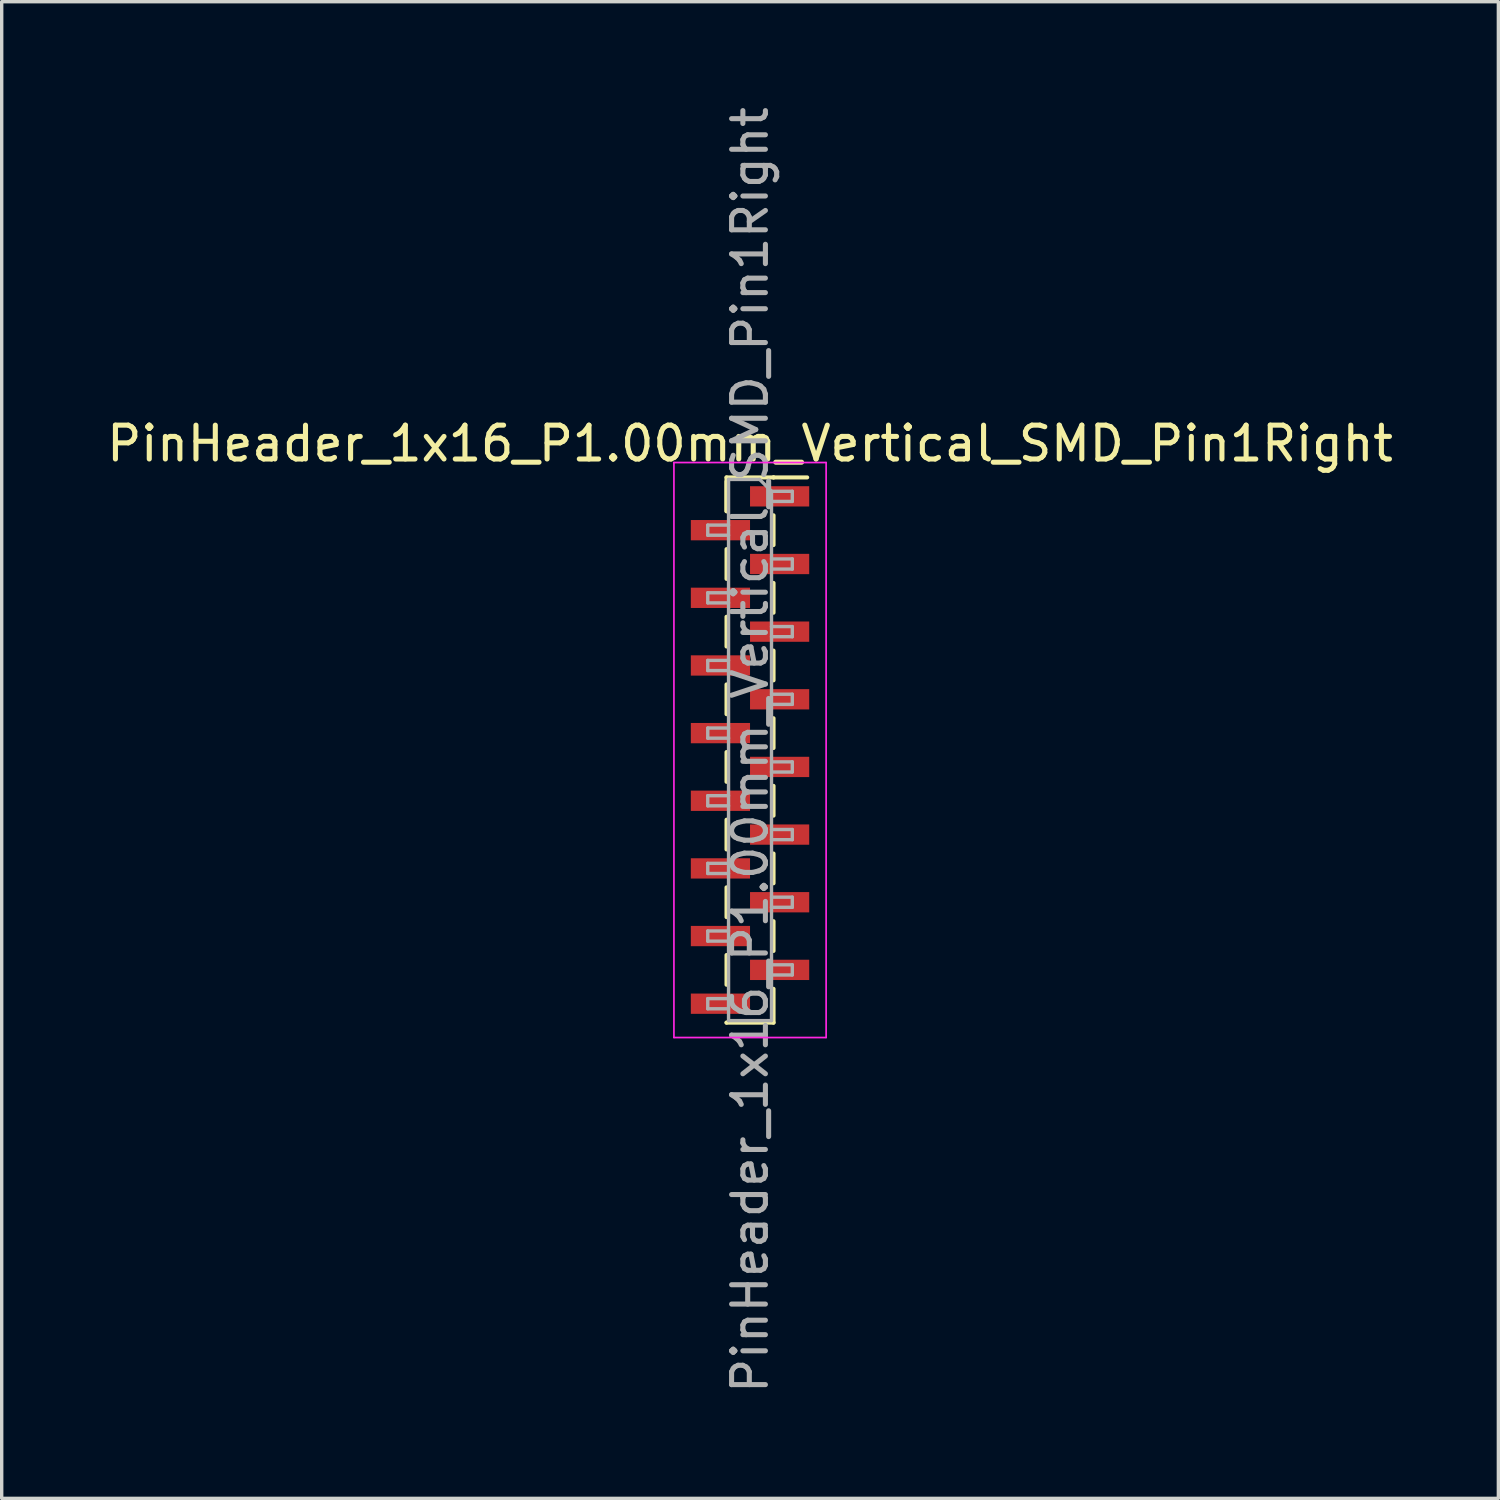
<source format=kicad_pcb>
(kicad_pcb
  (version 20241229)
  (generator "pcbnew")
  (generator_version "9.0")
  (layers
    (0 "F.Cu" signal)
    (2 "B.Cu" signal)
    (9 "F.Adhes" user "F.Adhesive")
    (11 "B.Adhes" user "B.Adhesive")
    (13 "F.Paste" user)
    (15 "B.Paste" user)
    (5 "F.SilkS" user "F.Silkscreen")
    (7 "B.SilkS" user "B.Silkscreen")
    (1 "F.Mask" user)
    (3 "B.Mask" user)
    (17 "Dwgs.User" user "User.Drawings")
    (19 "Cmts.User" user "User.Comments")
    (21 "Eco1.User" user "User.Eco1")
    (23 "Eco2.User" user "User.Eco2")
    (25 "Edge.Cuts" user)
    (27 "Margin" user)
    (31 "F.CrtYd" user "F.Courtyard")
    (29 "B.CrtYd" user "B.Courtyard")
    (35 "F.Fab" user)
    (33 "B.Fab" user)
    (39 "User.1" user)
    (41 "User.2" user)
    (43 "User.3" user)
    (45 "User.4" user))
  (footprint "PinHeader_1x16_P1.00mm_Vertical_SMD_Pin1Right"
    (layer "F.Cu")
    (at 19.125 19.125)
    (property "Reference" "PinHeader_1x16_P1.00mm_Vertical_SMD_Pin1Right" (at 0 -9.06 0) (layer "F.SilkS") (effects (font (size 1 1) (thickness 0.15))))
    (attr smd)
    (fp_line (start -0.695 -8.06) (end -0.695 -7.06) (stroke (width 0.12) (type solid)) (layer "F.SilkS"))
    (fp_line (start -0.695 -8.06) (end 0.695 -8.06) (stroke (width 0.12) (type solid)) (layer "F.SilkS"))
    (fp_line (start -0.695 -7.94) (end -0.695 -7.06) (stroke (width 0.12) (type solid)) (layer "F.SilkS"))
    (fp_line (start -0.695 -5.94) (end -0.695 -5.06) (stroke (width 0.12) (type solid)) (layer "F.SilkS"))
    (fp_line (start -0.695 -3.94) (end -0.695 -3.06) (stroke (width 0.12) (type solid)) (layer "F.SilkS"))
    (fp_line (start -0.695 -1.94) (end -0.695 -1.06) (stroke (width 0.12) (type solid)) (layer "F.SilkS"))
    (fp_line (start -0.695 0.06) (end -0.695 0.94) (stroke (width 0.12) (type solid)) (layer "F.SilkS"))
    (fp_line (start -0.695 2.06) (end -0.695 2.94) (stroke (width 0.12) (type solid)) (layer "F.SilkS"))
    (fp_line (start -0.695 4.06) (end -0.695 4.94) (stroke (width 0.12) (type solid)) (layer "F.SilkS"))
    (fp_line (start -0.695 6.06) (end -0.695 6.94) (stroke (width 0.12) (type solid)) (layer "F.SilkS"))
    (fp_line (start -0.695 8.06) (end -0.695 8.06) (stroke (width 0.12) (type solid)) (layer "F.SilkS"))
    (fp_line (start -0.695 8.06) (end 0.695 8.06) (stroke (width 0.12) (type solid)) (layer "F.SilkS"))
    (fp_line (start 0.695 -8.06) (end 0.695 -8.06) (stroke (width 0.12) (type solid)) (layer "F.SilkS"))
    (fp_line (start 0.695 -8.06) (end 1.69 -8.06) (stroke (width 0.12) (type solid)) (layer "F.SilkS"))
    (fp_line (start 0.695 -6.94) (end 0.695 -6.06) (stroke (width 0.12) (type solid)) (layer "F.SilkS"))
    (fp_line (start 0.695 -4.94) (end 0.695 -4.06) (stroke (width 0.12) (type solid)) (layer "F.SilkS"))
    (fp_line (start 0.695 -2.94) (end 0.695 -2.06) (stroke (width 0.12) (type solid)) (layer "F.SilkS"))
    (fp_line (start 0.695 -0.94) (end 0.695 -0.06) (stroke (width 0.12) (type solid)) (layer "F.SilkS"))
    (fp_line (start 0.695 1.06) (end 0.695 1.94) (stroke (width 0.12) (type solid)) (layer "F.SilkS"))
    (fp_line (start 0.695 3.06) (end 0.695 3.94) (stroke (width 0.12) (type solid)) (layer "F.SilkS"))
    (fp_line (start 0.695 5.06) (end 0.695 5.94) (stroke (width 0.12) (type solid)) (layer "F.SilkS"))
    (fp_line (start 0.695 7.06) (end 0.695 8.06) (stroke (width 0.12) (type solid)) (layer "F.SilkS"))
    (fp_line (start -2.25 -8.5) (end -2.25 8.5) (stroke (width 0.05) (type solid)) (layer "F.CrtYd"))
    (fp_line (start -2.25 8.5) (end 2.25 8.5) (stroke (width 0.05) (type solid)) (layer "F.CrtYd"))
    (fp_line (start 2.25 -8.5) (end -2.25 -8.5) (stroke (width 0.05) (type solid)) (layer "F.CrtYd"))
    (fp_line (start 2.25 8.5) (end 2.25 -8.5) (stroke (width 0.05) (type solid)) (layer "F.CrtYd"))
    (fp_line (start -1.25 -6.65) (end -1.25 -6.35) (stroke (width 0.1) (type solid)) (layer "F.Fab"))
    (fp_line (start -1.25 -6.35) (end -0.635 -6.35) (stroke (width 0.1) (type solid)) (layer "F.Fab"))
    (fp_line (start -1.25 -4.65) (end -1.25 -4.35) (stroke (width 0.1) (type solid)) (layer "F.Fab"))
    (fp_line (start -1.25 -4.35) (end -0.635 -4.35) (stroke (width 0.1) (type solid)) (layer "F.Fab"))
    (fp_line (start -1.25 -2.65) (end -1.25 -2.35) (stroke (width 0.1) (type solid)) (layer "F.Fab"))
    (fp_line (start -1.25 -2.35) (end -0.635 -2.35) (stroke (width 0.1) (type solid)) (layer "F.Fab"))
    (fp_line (start -1.25 -0.65) (end -1.25 -0.35) (stroke (width 0.1) (type solid)) (layer "F.Fab"))
    (fp_line (start -1.25 -0.35) (end -0.635 -0.35) (stroke (width 0.1) (type solid)) (layer "F.Fab"))
    (fp_line (start -1.25 1.35) (end -1.25 1.65) (stroke (width 0.1) (type solid)) (layer "F.Fab"))
    (fp_line (start -1.25 1.65) (end -0.635 1.65) (stroke (width 0.1) (type solid)) (layer "F.Fab"))
    (fp_line (start -1.25 3.35) (end -1.25 3.65) (stroke (width 0.1) (type solid)) (layer "F.Fab"))
    (fp_line (start -1.25 3.65) (end -0.635 3.65) (stroke (width 0.1) (type solid)) (layer "F.Fab"))
    (fp_line (start -1.25 5.35) (end -1.25 5.65) (stroke (width 0.1) (type solid)) (layer "F.Fab"))
    (fp_line (start -1.25 5.65) (end -0.635 5.65) (stroke (width 0.1) (type solid)) (layer "F.Fab"))
    (fp_line (start -1.25 7.35) (end -1.25 7.65) (stroke (width 0.1) (type solid)) (layer "F.Fab"))
    (fp_line (start -1.25 7.65) (end -0.635 7.65) (stroke (width 0.1) (type solid)) (layer "F.Fab"))
    (fp_line (start -0.635 -8) (end -0.635 8) (stroke (width 0.1) (type solid)) (layer "F.Fab"))
    (fp_line (start -0.635 -8) (end 0.285 -8) (stroke (width 0.1) (type solid)) (layer "F.Fab"))
    (fp_line (start -0.635 -6.65) (end -1.25 -6.65) (stroke (width 0.1) (type solid)) (layer "F.Fab"))
    (fp_line (start -0.635 -4.65) (end -1.25 -4.65) (stroke (width 0.1) (type solid)) (layer "F.Fab"))
    (fp_line (start -0.635 -2.65) (end -1.25 -2.65) (stroke (width 0.1) (type solid)) (layer "F.Fab"))
    (fp_line (start -0.635 -0.65) (end -1.25 -0.65) (stroke (width 0.1) (type solid)) (layer "F.Fab"))
    (fp_line (start -0.635 1.35) (end -1.25 1.35) (stroke (width 0.1) (type solid)) (layer "F.Fab"))
    (fp_line (start -0.635 3.35) (end -1.25 3.35) (stroke (width 0.1) (type solid)) (layer "F.Fab"))
    (fp_line (start -0.635 5.35) (end -1.25 5.35) (stroke (width 0.1) (type solid)) (layer "F.Fab"))
    (fp_line (start -0.635 7.35) (end -1.25 7.35) (stroke (width 0.1) (type solid)) (layer "F.Fab"))
    (fp_line (start 0.635 -7.65) (end 0.285 -8) (stroke (width 0.1) (type solid)) (layer "F.Fab"))
    (fp_line (start 0.635 -7.65) (end 1.25 -7.65) (stroke (width 0.1) (type solid)) (layer "F.Fab"))
    (fp_line (start 0.635 -5.65) (end 1.25 -5.65) (stroke (width 0.1) (type solid)) (layer "F.Fab"))
    (fp_line (start 0.635 -3.65) (end 1.25 -3.65) (stroke (width 0.1) (type solid)) (layer "F.Fab"))
    (fp_line (start 0.635 -1.65) (end 1.25 -1.65) (stroke (width 0.1) (type solid)) (layer "F.Fab"))
    (fp_line (start 0.635 0.35) (end 1.25 0.35) (stroke (width 0.1) (type solid)) (layer "F.Fab"))
    (fp_line (start 0.635 2.35) (end 1.25 2.35) (stroke (width 0.1) (type solid)) (layer "F.Fab"))
    (fp_line (start 0.635 4.35) (end 1.25 4.35) (stroke (width 0.1) (type solid)) (layer "F.Fab"))
    (fp_line (start 0.635 6.35) (end 1.25 6.35) (stroke (width 0.1) (type solid)) (layer "F.Fab"))
    (fp_line (start 0.635 8) (end -0.635 8) (stroke (width 0.1) (type solid)) (layer "F.Fab"))
    (fp_line (start 0.635 8) (end 0.635 -7.65) (stroke (width 0.1) (type solid)) (layer "F.Fab"))
    (fp_line (start 1.25 -7.65) (end 1.25 -7.35) (stroke (width 0.1) (type solid)) (layer "F.Fab"))
    (fp_line (start 1.25 -7.35) (end 0.635 -7.35) (stroke (width 0.1) (type solid)) (layer "F.Fab"))
    (fp_line (start 1.25 -5.65) (end 1.25 -5.35) (stroke (width 0.1) (type solid)) (layer "F.Fab"))
    (fp_line (start 1.25 -5.35) (end 0.635 -5.35) (stroke (width 0.1) (type solid)) (layer "F.Fab"))
    (fp_line (start 1.25 -3.65) (end 1.25 -3.35) (stroke (width 0.1) (type solid)) (layer "F.Fab"))
    (fp_line (start 1.25 -3.35) (end 0.635 -3.35) (stroke (width 0.1) (type solid)) (layer "F.Fab"))
    (fp_line (start 1.25 -1.65) (end 1.25 -1.35) (stroke (width 0.1) (type solid)) (layer "F.Fab"))
    (fp_line (start 1.25 -1.35) (end 0.635 -1.35) (stroke (width 0.1) (type solid)) (layer "F.Fab"))
    (fp_line (start 1.25 0.35) (end 1.25 0.65) (stroke (width 0.1) (type solid)) (layer "F.Fab"))
    (fp_line (start 1.25 0.65) (end 0.635 0.65) (stroke (width 0.1) (type solid)) (layer "F.Fab"))
    (fp_line (start 1.25 2.35) (end 1.25 2.65) (stroke (width 0.1) (type solid)) (layer "F.Fab"))
    (fp_line (start 1.25 2.65) (end 0.635 2.65) (stroke (width 0.1) (type solid)) (layer "F.Fab"))
    (fp_line (start 1.25 4.35) (end 1.25 4.65) (stroke (width 0.1) (type solid)) (layer "F.Fab"))
    (fp_line (start 1.25 4.65) (end 0.635 4.65) (stroke (width 0.1) (type solid)) (layer "F.Fab"))
    (fp_line (start 1.25 6.35) (end 1.25 6.65) (stroke (width 0.1) (type solid)) (layer "F.Fab"))
    (fp_line (start 1.25 6.65) (end 0.635 6.65) (stroke (width 0.1) (type solid)) (layer "F.Fab"))
    (fp_text user "${REFERENCE}" (at 0 0 90) (layer "F.Fab") (effects (font (size 1 1) (thickness 0.15))))
    (pad "1" smd rect (at 0.875 -7.5) (size 1.75 0.6) (layers "F.Cu" "F.Mask" "F.Paste"))
    (pad "2" smd rect (at -0.875 -6.5) (size 1.75 0.6) (layers "F.Cu" "F.Mask" "F.Paste"))
    (pad "3" smd rect (at 0.875 -5.5) (size 1.75 0.6) (layers "F.Cu" "F.Mask" "F.Paste"))
    (pad "4" smd rect (at -0.875 -4.5) (size 1.75 0.6) (layers "F.Cu" "F.Mask" "F.Paste"))
    (pad "5" smd rect (at 0.875 -3.5) (size 1.75 0.6) (layers "F.Cu" "F.Mask" "F.Paste"))
    (pad "6" smd rect (at -0.875 -2.5) (size 1.75 0.6) (layers "F.Cu" "F.Mask" "F.Paste"))
    (pad "7" smd rect (at 0.875 -1.5) (size 1.75 0.6) (layers "F.Cu" "F.Mask" "F.Paste"))
    (pad "8" smd rect (at -0.875 -0.5) (size 1.75 0.6) (layers "F.Cu" "F.Mask" "F.Paste"))
    (pad "9" smd rect (at 0.875 0.5) (size 1.75 0.6) (layers "F.Cu" "F.Mask" "F.Paste"))
    (pad "10" smd rect (at -0.875 1.5) (size 1.75 0.6) (layers "F.Cu" "F.Mask" "F.Paste"))
    (pad "11" smd rect (at 0.875 2.5) (size 1.75 0.6) (layers "F.Cu" "F.Mask" "F.Paste"))
    (pad "12" smd rect (at -0.875 3.5) (size 1.75 0.6) (layers "F.Cu" "F.Mask" "F.Paste"))
    (pad "13" smd rect (at 0.875 4.5) (size 1.75 0.6) (layers "F.Cu" "F.Mask" "F.Paste"))
    (pad "14" smd rect (at -0.875 5.5) (size 1.75 0.6) (layers "F.Cu" "F.Mask" "F.Paste"))
    (pad "15" smd rect (at 0.875 6.5) (size 1.75 0.6) (layers "F.Cu" "F.Mask" "F.Paste"))
    (pad "16" smd rect (at -0.875 7.5) (size 1.75 0.6) (layers "F.Cu" "F.Mask" "F.Paste")))
  (gr_rect
    (start -3 -3)
    (end 41.25 41.25)
    (stroke (width 0.1) (type default))
    (fill no)
    (layer "Edge.Cuts")))
</source>
